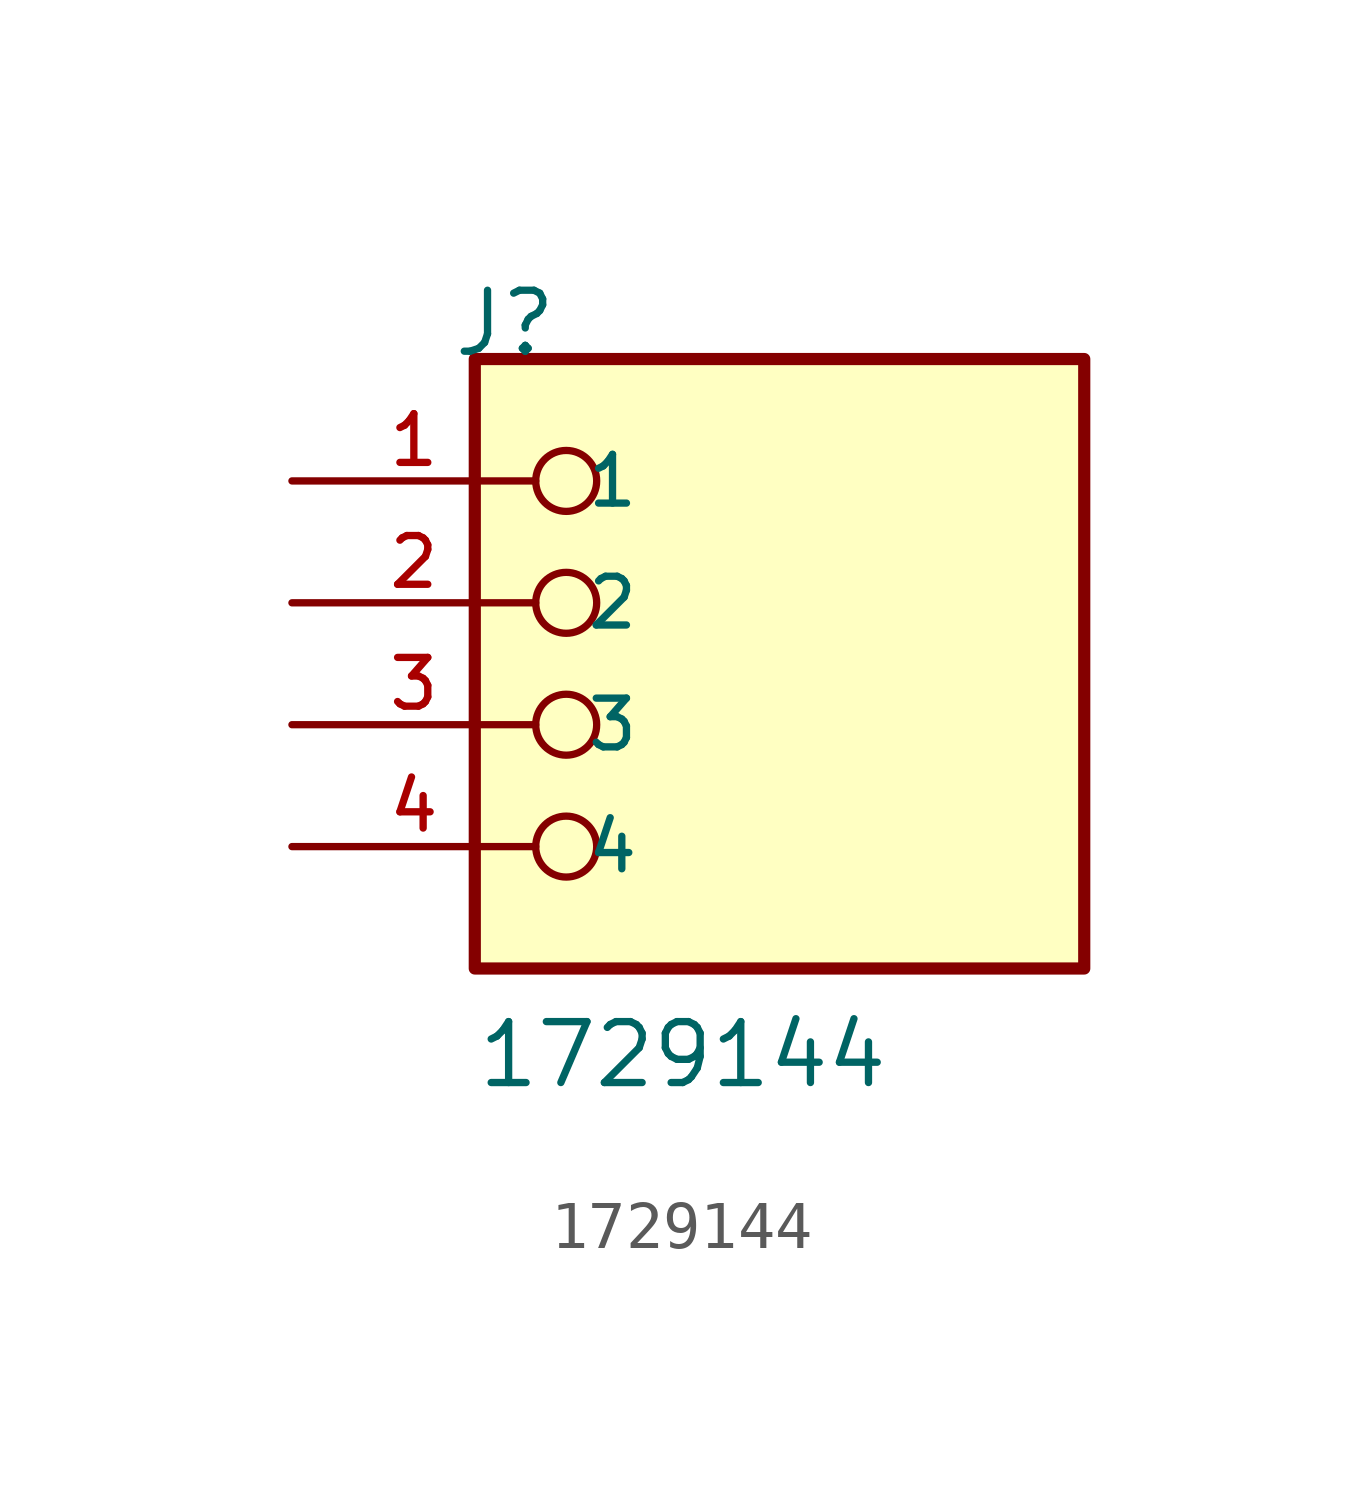
<source format=kicad_sym>
(kicad_symbol_lib
  (version 20231120)
  (generator "kicad_symbol_editor")
  (generator_version "8.0")
  (symbol "1729144"
    (pin_names
      (offset 1.016))
    (property "Reference" "J"
      (at -6.85 7.62 0)
      (effects (font (size 1.27 1.27)) (justify left bottom)))
    (property "Value" "1729144"
      (at -6.35 -7.62 0)
      (effects (font (size 1.27 1.27)) (justify left bottom)))
    (symbol "1729144_0_0"
      (rectangle (start -6.35 -5.08) (end 6.35 7.62) (stroke (width 0.254) (type default)) (fill (type background)))
      (circle (center -4.445 -2.54) (radius 0.635) (stroke (width 0.152) (type default)) (fill (type none)))
      (circle (center -4.445 0) (radius 0.635) (stroke (width 0.152) (type default)) (fill (type none)))
      (circle (center -4.445 2.54) (radius 0.635) (stroke (width 0.152) (type default)) (fill (type none)))
      (circle (center -4.445 5.08) (radius 0.635) (stroke (width 0.152) (type default)) (fill (type none)))
      (pin passive line (at -10.16 5.08 0) (length 5.08) (name "1" (effects (font (size 1.016 1.016)))) (number "1" (effects (font (size 1.016 1.016)))))
      (pin passive line (at -10.16 2.54 0) (length 5.08) (name "2" (effects (font (size 1.016 1.016)))) (number "2" (effects (font (size 1.016 1.016)))))
      (pin passive line (at -10.16 0 0) (length 5.08) (name "3" (effects (font (size 1.016 1.016)))) (number "3" (effects (font (size 1.016 1.016)))))
      (pin passive line (at -10.16 -2.54 0) (length 5.08) (name "4" (effects (font (size 1.016 1.016)))) (number "4" (effects (font (size 1.016 1.016))))))))
</source>
